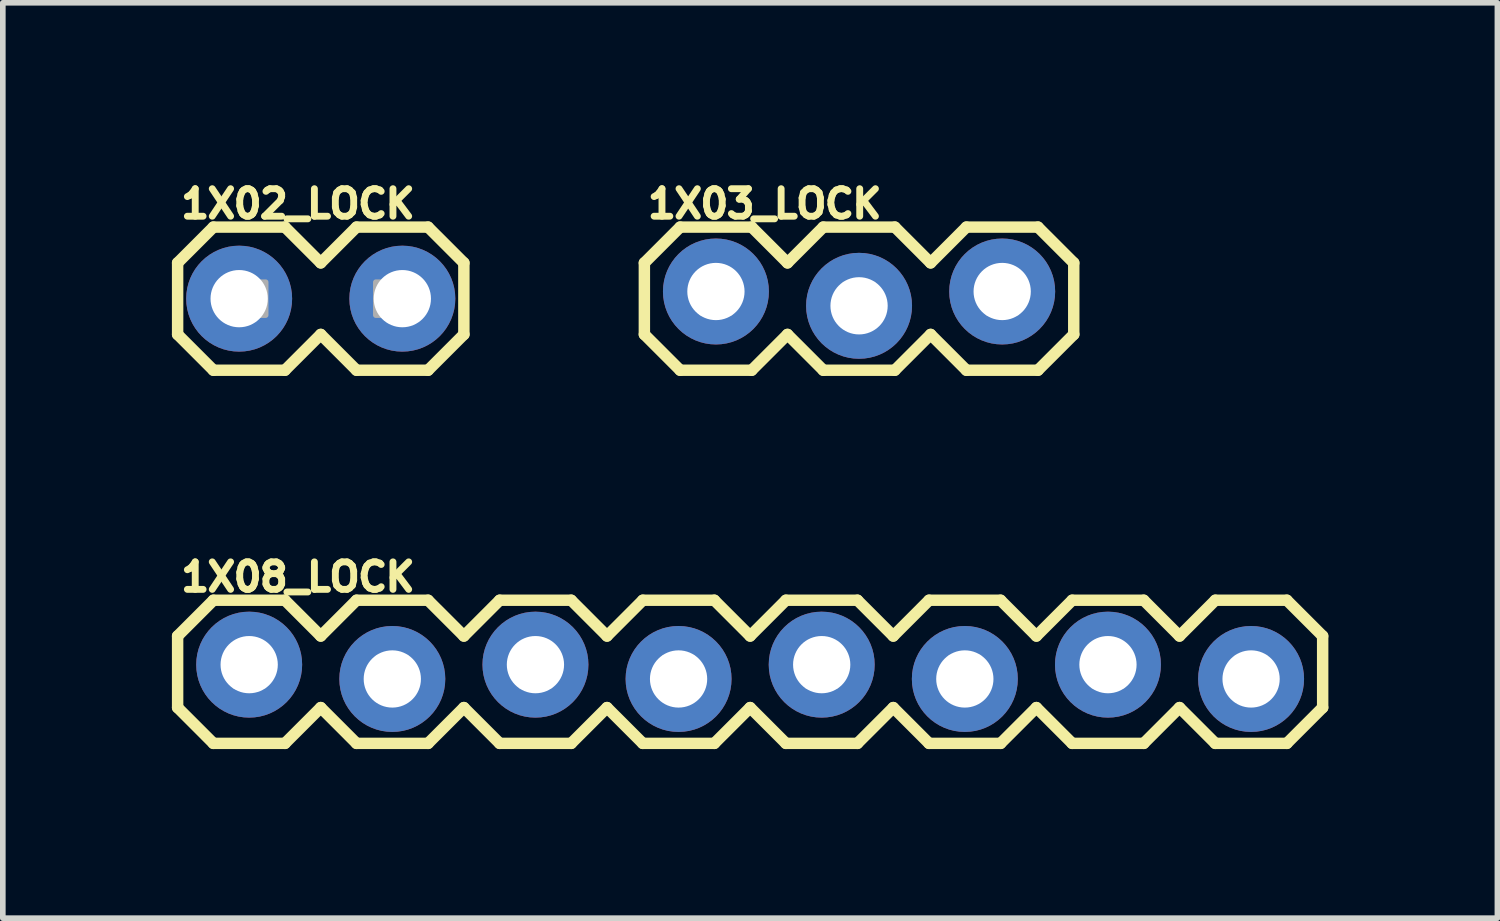
<source format=kicad_pcb>
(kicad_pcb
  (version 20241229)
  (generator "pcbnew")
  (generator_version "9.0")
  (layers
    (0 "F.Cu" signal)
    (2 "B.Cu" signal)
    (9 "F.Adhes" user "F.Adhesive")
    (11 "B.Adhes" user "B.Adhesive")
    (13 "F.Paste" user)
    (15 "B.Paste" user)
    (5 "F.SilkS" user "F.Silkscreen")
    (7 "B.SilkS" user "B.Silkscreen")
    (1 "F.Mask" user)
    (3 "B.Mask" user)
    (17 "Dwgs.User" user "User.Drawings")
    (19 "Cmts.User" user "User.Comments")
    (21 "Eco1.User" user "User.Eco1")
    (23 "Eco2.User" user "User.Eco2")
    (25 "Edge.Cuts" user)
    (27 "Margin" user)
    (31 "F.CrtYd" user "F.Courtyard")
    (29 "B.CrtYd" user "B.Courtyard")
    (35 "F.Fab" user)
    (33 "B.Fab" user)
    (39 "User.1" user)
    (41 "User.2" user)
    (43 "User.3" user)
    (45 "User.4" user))
  (footprint "1X03_LOCK"
    (layer "F.Cu")
    (at 9.655 2.25)
    (property "Reference" "1X03_LOCK" (at -1.27 -1.397 0) (layer "F.SilkS") (effects (font (size 0.488 0.488) (thickness 0.122)) (justify left bottom)))
    (fp_line (start -1.27 -0.635) (end -1.27 0.635) (stroke (width 0.203) (type solid)) (layer "F.SilkS"))
    (fp_line (start -1.27 0.635) (end -0.635 1.27) (stroke (width 0.203) (type solid)) (layer "F.SilkS"))
    (fp_line (start -0.635 -1.27) (end -1.27 -0.635) (stroke (width 0.203) (type solid)) (layer "F.SilkS"))
    (fp_line (start -0.635 -1.27) (end 0.635 -1.27) (stroke (width 0.203) (type solid)) (layer "F.SilkS"))
    (fp_line (start 0.635 -1.27) (end 1.27 -0.635) (stroke (width 0.203) (type solid)) (layer "F.SilkS"))
    (fp_line (start 0.635 1.27) (end -0.635 1.27) (stroke (width 0.203) (type solid)) (layer "F.SilkS"))
    (fp_line (start 1.27 -0.635) (end 1.905 -1.27) (stroke (width 0.203) (type solid)) (layer "F.SilkS"))
    (fp_line (start 1.27 0.635) (end 0.635 1.27) (stroke (width 0.203) (type solid)) (layer "F.SilkS"))
    (fp_line (start 1.905 -1.27) (end 3.175 -1.27) (stroke (width 0.203) (type solid)) (layer "F.SilkS"))
    (fp_line (start 1.905 1.27) (end 1.27 0.635) (stroke (width 0.203) (type solid)) (layer "F.SilkS"))
    (fp_line (start 3.175 -1.27) (end 3.81 -0.635) (stroke (width 0.203) (type solid)) (layer "F.SilkS"))
    (fp_line (start 3.175 1.27) (end 1.905 1.27) (stroke (width 0.203) (type solid)) (layer "F.SilkS"))
    (fp_line (start 3.81 -0.635) (end 4.445 -1.27) (stroke (width 0.203) (type solid)) (layer "F.SilkS"))
    (fp_line (start 3.81 0.635) (end 3.175 1.27) (stroke (width 0.203) (type solid)) (layer "F.SilkS"))
    (fp_line (start 4.445 -1.27) (end 5.715 -1.27) (stroke (width 0.203) (type solid)) (layer "F.SilkS"))
    (fp_line (start 4.445 1.27) (end 3.81 0.635) (stroke (width 0.203) (type solid)) (layer "F.SilkS"))
    (fp_line (start 5.715 -1.27) (end 6.35 -0.635) (stroke (width 0.203) (type solid)) (layer "F.SilkS"))
    (fp_line (start 5.715 1.27) (end 4.445 1.27) (stroke (width 0.203) (type solid)) (layer "F.SilkS"))
    (fp_line (start 6.35 -0.635) (end 6.35 0.635) (stroke (width 0.203) (type solid)) (layer "F.SilkS"))
    (fp_line (start 6.35 0.635) (end 5.715 1.27) (stroke (width 0.203) (type solid)) (layer "F.SilkS"))
    (fp_poly (pts (xy -0.254 0.254) (xy 0.254 0.254) (xy 0.254 -0.254) (xy -0.254 -0.254)) (stroke (width 0.1) (type solid)) (fill no) (layer "F.Fab"))
    (fp_poly (pts (xy 2.286 0.254) (xy 2.794 0.254) (xy 2.794 -0.254) (xy 2.286 -0.254)) (stroke (width 0.1) (type solid)) (fill no) (layer "F.Fab"))
    (fp_poly (pts (xy 4.826 0.254) (xy 5.334 0.254) (xy 5.334 -0.254) (xy 4.826 -0.254)) (stroke (width 0.1) (type solid)) (fill no) (layer "F.Fab"))
    (pad "1" thru_hole circle (at 0 -0.127 90) (size 1.88 1.88) (drill 1.016) (layers "*.Cu" "*.Mask"))
    (pad "2" thru_hole circle (at 2.54 0.127 90) (size 1.88 1.88) (drill 1.016) (layers "*.Cu" "*.Mask"))
    (pad "3" thru_hole circle (at 5.08 -0.127 90) (size 1.88 1.88) (drill 1.016) (layers "*.Cu" "*.Mask")))
  (footprint "1X08_LOCK"
    (layer "F.Cu")
    (at 1.372 8.872)
    (property "Reference" "1X08_LOCK" (at -1.27 -1.397 0) (layer "F.SilkS") (effects (font (size 0.488 0.488) (thickness 0.122)) (justify left bottom)))
    (fp_line (start -1.27 -0.635) (end -1.27 0.635) (stroke (width 0.203) (type solid)) (layer "F.SilkS"))
    (fp_line (start -1.27 0.635) (end -0.635 1.27) (stroke (width 0.203) (type solid)) (layer "F.SilkS"))
    (fp_line (start -0.635 -1.27) (end -1.27 -0.635) (stroke (width 0.203) (type solid)) (layer "F.SilkS"))
    (fp_line (start -0.635 -1.27) (end 0.635 -1.27) (stroke (width 0.203) (type solid)) (layer "F.SilkS"))
    (fp_line (start 0.635 -1.27) (end 1.27 -0.635) (stroke (width 0.203) (type solid)) (layer "F.SilkS"))
    (fp_line (start 0.635 1.27) (end -0.635 1.27) (stroke (width 0.203) (type solid)) (layer "F.SilkS"))
    (fp_line (start 1.27 -0.635) (end 1.905 -1.27) (stroke (width 0.203) (type solid)) (layer "F.SilkS"))
    (fp_line (start 1.27 0.635) (end 0.635 1.27) (stroke (width 0.203) (type solid)) (layer "F.SilkS"))
    (fp_line (start 1.905 -1.27) (end 3.175 -1.27) (stroke (width 0.203) (type solid)) (layer "F.SilkS"))
    (fp_line (start 1.905 1.27) (end 1.27 0.635) (stroke (width 0.203) (type solid)) (layer "F.SilkS"))
    (fp_line (start 3.175 -1.27) (end 3.81 -0.635) (stroke (width 0.203) (type solid)) (layer "F.SilkS"))
    (fp_line (start 3.175 1.27) (end 1.905 1.27) (stroke (width 0.203) (type solid)) (layer "F.SilkS"))
    (fp_line (start 3.81 -0.635) (end 4.445 -1.27) (stroke (width 0.203) (type solid)) (layer "F.SilkS"))
    (fp_line (start 3.81 0.635) (end 3.175 1.27) (stroke (width 0.203) (type solid)) (layer "F.SilkS"))
    (fp_line (start 4.445 -1.27) (end 5.715 -1.27) (stroke (width 0.203) (type solid)) (layer "F.SilkS"))
    (fp_line (start 4.445 1.27) (end 3.81 0.635) (stroke (width 0.203) (type solid)) (layer "F.SilkS"))
    (fp_line (start 5.715 -1.27) (end 6.35 -0.635) (stroke (width 0.203) (type solid)) (layer "F.SilkS"))
    (fp_line (start 5.715 1.27) (end 4.445 1.27) (stroke (width 0.203) (type solid)) (layer "F.SilkS"))
    (fp_line (start 6.35 0.635) (end 5.715 1.27) (stroke (width 0.203) (type solid)) (layer "F.SilkS"))
    (fp_line (start 6.35 0.635) (end 6.985 1.27) (stroke (width 0.203) (type solid)) (layer "F.SilkS"))
    (fp_line (start 6.985 -1.27) (end 6.35 -0.635) (stroke (width 0.203) (type solid)) (layer "F.SilkS"))
    (fp_line (start 6.985 -1.27) (end 8.255 -1.27) (stroke (width 0.203) (type solid)) (layer "F.SilkS"))
    (fp_line (start 8.255 -1.27) (end 8.89 -0.635) (stroke (width 0.203) (type solid)) (layer "F.SilkS"))
    (fp_line (start 8.255 1.27) (end 6.985 1.27) (stroke (width 0.203) (type solid)) (layer "F.SilkS"))
    (fp_line (start 8.89 -0.635) (end 9.525 -1.27) (stroke (width 0.203) (type solid)) (layer "F.SilkS"))
    (fp_line (start 8.89 0.635) (end 8.255 1.27) (stroke (width 0.203) (type solid)) (layer "F.SilkS"))
    (fp_line (start 9.525 -1.27) (end 10.795 -1.27) (stroke (width 0.203) (type solid)) (layer "F.SilkS"))
    (fp_line (start 9.525 1.27) (end 8.89 0.635) (stroke (width 0.203) (type solid)) (layer "F.SilkS"))
    (fp_line (start 10.795 -1.27) (end 11.43 -0.635) (stroke (width 0.203) (type solid)) (layer "F.SilkS"))
    (fp_line (start 10.795 1.27) (end 9.525 1.27) (stroke (width 0.203) (type solid)) (layer "F.SilkS"))
    (fp_line (start 11.43 -0.635) (end 12.065 -1.27) (stroke (width 0.203) (type solid)) (layer "F.SilkS"))
    (fp_line (start 11.43 0.635) (end 10.795 1.27) (stroke (width 0.203) (type solid)) (layer "F.SilkS"))
    (fp_line (start 12.065 -1.27) (end 13.335 -1.27) (stroke (width 0.203) (type solid)) (layer "F.SilkS"))
    (fp_line (start 12.065 1.27) (end 11.43 0.635) (stroke (width 0.203) (type solid)) (layer "F.SilkS"))
    (fp_line (start 13.335 -1.27) (end 13.97 -0.635) (stroke (width 0.203) (type solid)) (layer "F.SilkS"))
    (fp_line (start 13.335 1.27) (end 12.065 1.27) (stroke (width 0.203) (type solid)) (layer "F.SilkS"))
    (fp_line (start 13.97 0.635) (end 13.335 1.27) (stroke (width 0.203) (type solid)) (layer "F.SilkS"))
    (fp_line (start 13.97 0.635) (end 14.605 1.27) (stroke (width 0.203) (type solid)) (layer "F.SilkS"))
    (fp_line (start 14.605 -1.27) (end 13.97 -0.635) (stroke (width 0.203) (type solid)) (layer "F.SilkS"))
    (fp_line (start 14.605 -1.27) (end 15.875 -1.27) (stroke (width 0.203) (type solid)) (layer "F.SilkS"))
    (fp_line (start 15.875 -1.27) (end 16.51 -0.635) (stroke (width 0.203) (type solid)) (layer "F.SilkS"))
    (fp_line (start 15.875 1.27) (end 14.605 1.27) (stroke (width 0.203) (type solid)) (layer "F.SilkS"))
    (fp_line (start 16.51 0.635) (end 15.875 1.27) (stroke (width 0.203) (type solid)) (layer "F.SilkS"))
    (fp_line (start 16.51 0.635) (end 17.145 1.27) (stroke (width 0.203) (type solid)) (layer "F.SilkS"))
    (fp_line (start 17.145 -1.27) (end 16.51 -0.635) (stroke (width 0.203) (type solid)) (layer "F.SilkS"))
    (fp_line (start 17.145 -1.27) (end 18.415 -1.27) (stroke (width 0.203) (type solid)) (layer "F.SilkS"))
    (fp_line (start 18.415 -1.27) (end 19.05 -0.635) (stroke (width 0.203) (type solid)) (layer "F.SilkS"))
    (fp_line (start 18.415 1.27) (end 17.145 1.27) (stroke (width 0.203) (type solid)) (layer "F.SilkS"))
    (fp_line (start 19.05 -0.635) (end 19.05 0.635) (stroke (width 0.203) (type solid)) (layer "F.SilkS"))
    (fp_line (start 19.05 0.635) (end 18.415 1.27) (stroke (width 0.203) (type solid)) (layer "F.SilkS"))
    (fp_poly (pts (xy -0.254 0.254) (xy 0.254 0.254) (xy 0.254 -0.254) (xy -0.254 -0.254)) (stroke (width 0.1) (type solid)) (fill no) (layer "F.Fab"))
    (fp_poly (pts (xy 2.286 0.254) (xy 2.794 0.254) (xy 2.794 -0.254) (xy 2.286 -0.254)) (stroke (width 0.1) (type solid)) (fill no) (layer "F.Fab"))
    (fp_poly (pts (xy 4.826 0.254) (xy 5.334 0.254) (xy 5.334 -0.254) (xy 4.826 -0.254)) (stroke (width 0.1) (type solid)) (fill no) (layer "F.Fab"))
    (fp_poly (pts (xy 7.366 0.254) (xy 7.874 0.254) (xy 7.874 -0.254) (xy 7.366 -0.254)) (stroke (width 0.1) (type solid)) (fill no) (layer "F.Fab"))
    (fp_poly (pts (xy 9.906 0.254) (xy 10.414 0.254) (xy 10.414 -0.254) (xy 9.906 -0.254)) (stroke (width 0.1) (type solid)) (fill no) (layer "F.Fab"))
    (fp_poly (pts (xy 12.446 0.254) (xy 12.954 0.254) (xy 12.954 -0.254) (xy 12.446 -0.254)) (stroke (width 0.1) (type solid)) (fill no) (layer "F.Fab"))
    (fp_poly (pts (xy 14.986 0.254) (xy 15.494 0.254) (xy 15.494 -0.254) (xy 14.986 -0.254)) (stroke (width 0.1) (type solid)) (fill no) (layer "F.Fab"))
    (fp_poly (pts (xy 17.526 0.254) (xy 18.034 0.254) (xy 18.034 -0.254) (xy 17.526 -0.254)) (stroke (width 0.1) (type solid)) (fill no) (layer "F.Fab"))
    (pad "1" thru_hole circle (at 0 -0.127 90) (size 1.88 1.88) (drill 1.016) (layers "*.Cu" "*.Mask"))
    (pad "2" thru_hole circle (at 2.54 0.127 90) (size 1.88 1.88) (drill 1.016) (layers "*.Cu" "*.Mask"))
    (pad "3" thru_hole circle (at 5.08 -0.127 90) (size 1.88 1.88) (drill 1.016) (layers "*.Cu" "*.Mask"))
    (pad "4" thru_hole circle (at 7.62 0.127 90) (size 1.88 1.88) (drill 1.016) (layers "*.Cu" "*.Mask"))
    (pad "5" thru_hole circle (at 10.16 -0.127 90) (size 1.88 1.88) (drill 1.016) (layers "*.Cu" "*.Mask"))
    (pad "6" thru_hole circle (at 12.7 0.127 90) (size 1.88 1.88) (drill 1.016) (layers "*.Cu" "*.Mask"))
    (pad "7" thru_hole circle (at 15.24 -0.127 90) (size 1.88 1.88) (drill 1.016) (layers "*.Cu" "*.Mask"))
    (pad "8" thru_hole circle (at 17.78 0.127 90) (size 1.88 1.88) (drill 1.016) (layers "*.Cu" "*.Mask")))
  (footprint "1X02_LOCK"
    (layer "F.Cu")
    (at 1.372 2.25)
    (property "Reference" "1X02_LOCK" (at -1.27 -1.397 0) (layer "F.SilkS") (effects (font (size 0.488 0.488) (thickness 0.122)) (justify left bottom)))
    (fp_line (start -1.27 -0.635) (end -1.27 0.635) (stroke (width 0.203) (type solid)) (layer "F.SilkS"))
    (fp_line (start -1.27 0.635) (end -0.635 1.27) (stroke (width 0.203) (type solid)) (layer "F.SilkS"))
    (fp_line (start -0.635 -1.27) (end -1.27 -0.635) (stroke (width 0.203) (type solid)) (layer "F.SilkS"))
    (fp_line (start -0.635 -1.27) (end 0.635 -1.27) (stroke (width 0.203) (type solid)) (layer "F.SilkS"))
    (fp_line (start 0.635 -1.27) (end 1.27 -0.635) (stroke (width 0.203) (type solid)) (layer "F.SilkS"))
    (fp_line (start 0.635 1.27) (end -0.635 1.27) (stroke (width 0.203) (type solid)) (layer "F.SilkS"))
    (fp_line (start 1.27 -0.635) (end 1.905 -1.27) (stroke (width 0.203) (type solid)) (layer "F.SilkS"))
    (fp_line (start 1.27 0.635) (end 0.635 1.27) (stroke (width 0.203) (type solid)) (layer "F.SilkS"))
    (fp_line (start 1.905 -1.27) (end 3.175 -1.27) (stroke (width 0.203) (type solid)) (layer "F.SilkS"))
    (fp_line (start 1.905 1.27) (end 1.27 0.635) (stroke (width 0.203) (type solid)) (layer "F.SilkS"))
    (fp_line (start 3.175 -1.27) (end 3.81 -0.635) (stroke (width 0.203) (type solid)) (layer "F.SilkS"))
    (fp_line (start 3.175 1.27) (end 1.905 1.27) (stroke (width 0.203) (type solid)) (layer "F.SilkS"))
    (fp_line (start 3.81 -0.635) (end 3.81 0.635) (stroke (width 0.203) (type solid)) (layer "F.SilkS"))
    (fp_line (start 3.81 0.635) (end 3.175 1.27) (stroke (width 0.203) (type solid)) (layer "F.SilkS"))
    (fp_poly (pts (xy -0.292 0.292) (xy 0.292 0.292) (xy 0.292 -0.292) (xy -0.292 -0.292)) (stroke (width 0.1) (type solid)) (fill no) (layer "F.Fab"))
    (fp_poly (pts (xy 2.248 0.292) (xy 2.832 0.292) (xy 2.832 -0.292) (xy 2.248 -0.292)) (stroke (width 0.1) (type solid)) (fill no) (layer "F.Fab"))
    (pad "1" thru_hole circle (at -0.178 0 90) (size 1.88 1.88) (drill 1.016) (layers "*.Cu" "*.Mask"))
    (pad "2" thru_hole circle (at 2.718 0 90) (size 1.88 1.88) (drill 1.016) (layers "*.Cu" "*.Mask")))
  (gr_rect
    (start -3 -3)
    (end 23.523 13.244)
    (stroke (width 0.1) (type default))
    (fill no)
    (layer "Edge.Cuts")))
</source>
